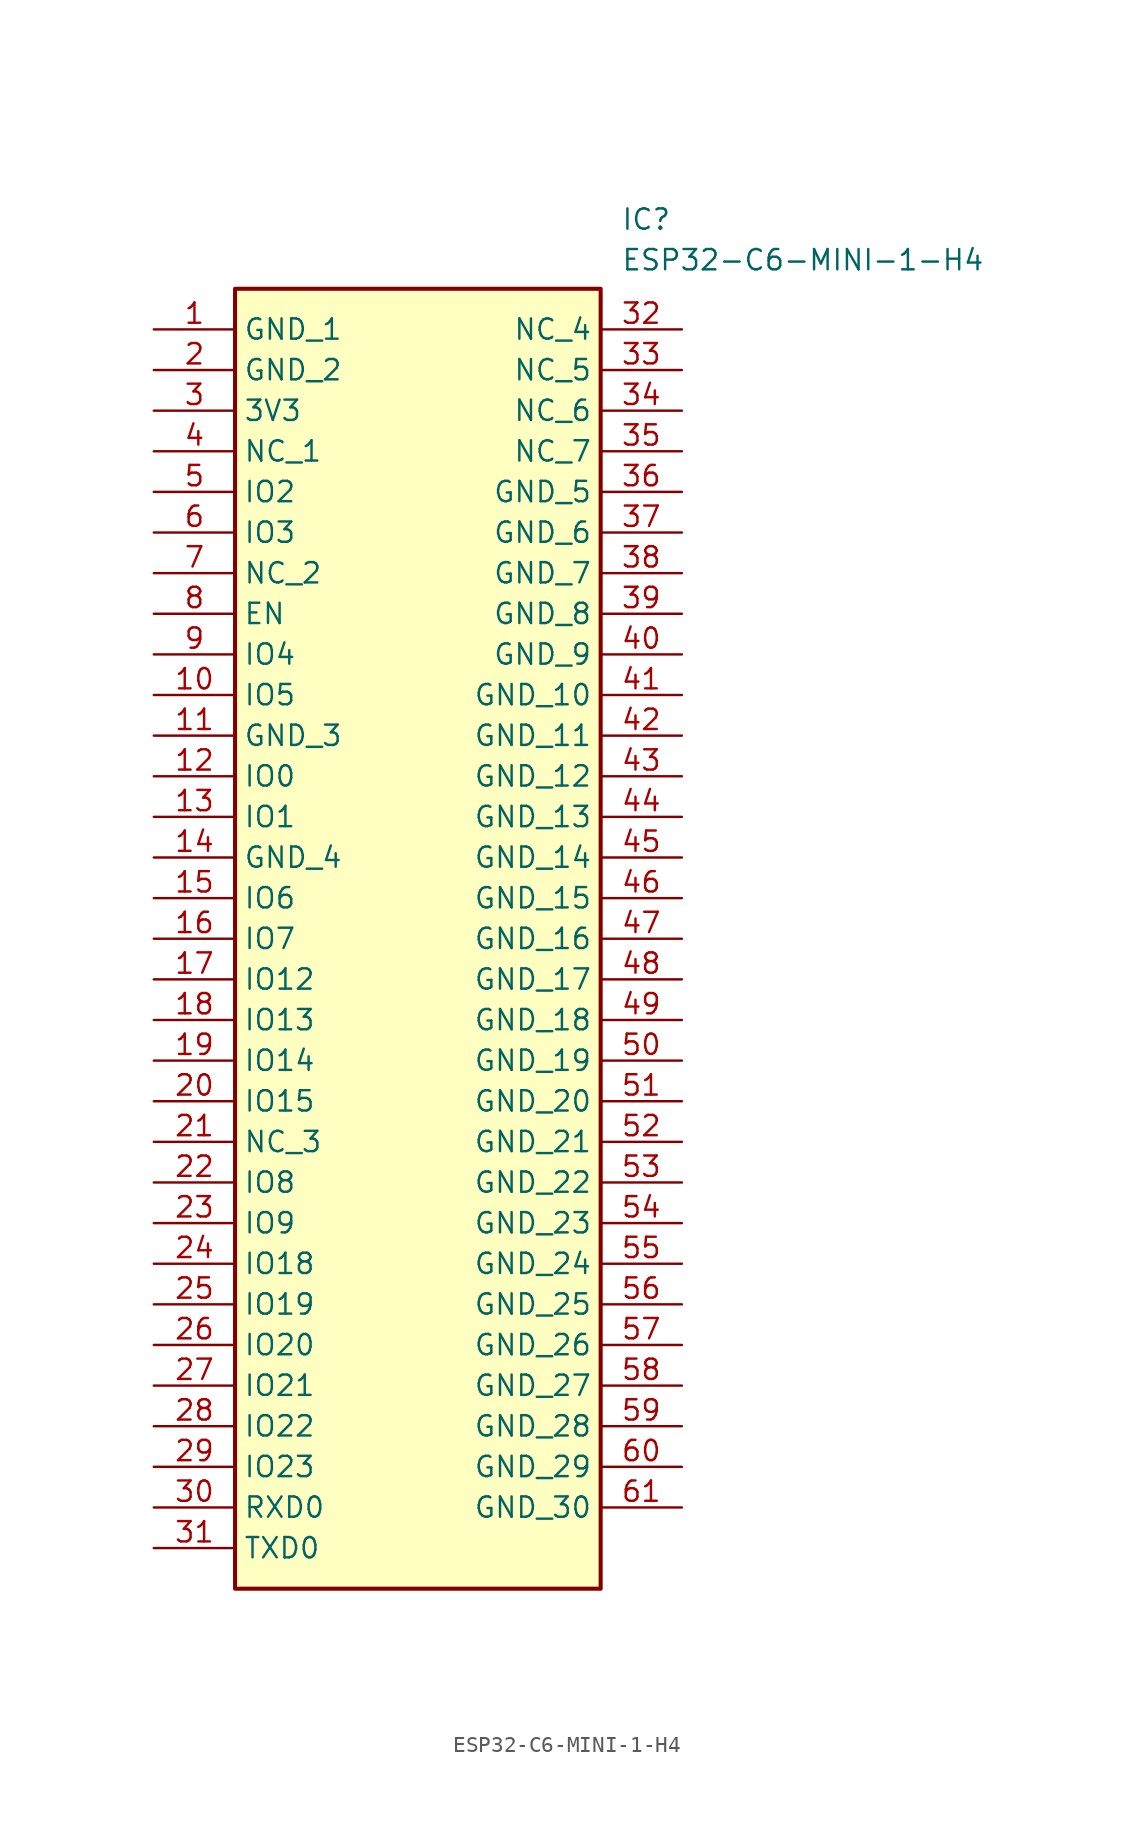
<source format=kicad_sym>
(kicad_symbol_lib
  (version 20211014)
  (generator SamacSys_ECAD_Model)
  (symbol "ESP32-C6-MINI-1-H4"
    (property "Reference" "IC"
      (at 29.21 7.62 0)
      (effects (font (size 1.27 1.27)) (justify left top)))
    (property "Value" "ESP32-C6-MINI-1-H4"
      (at 29.21 5.08 0)
      (effects (font (size 1.27 1.27)) (justify left top)))
    (rectangle
      (start 5.08 2.54)
      (end 27.94 -78.74)
      (stroke (width 0.254) (type default))
      (fill (type background)))
    (pin passive line
      (at 0 0 0)
      (length 5.08)
      (name "GND_1" (effects (font (size 1.27 1.27))))
      (number "1" (effects (font (size 1.27 1.27)))))
    (pin passive line
      (at 0 -2.54 0)
      (length 5.08)
      (name "GND_2" (effects (font (size 1.27 1.27))))
      (number "2" (effects (font (size 1.27 1.27)))))
    (pin passive line
      (at 0 -5.08 0)
      (length 5.08)
      (name "3V3" (effects (font (size 1.27 1.27))))
      (number "3" (effects (font (size 1.27 1.27)))))
    (pin passive line
      (at 0 -7.62 0)
      (length 5.08)
      (name "NC_1" (effects (font (size 1.27 1.27))))
      (number "4" (effects (font (size 1.27 1.27)))))
    (pin passive line
      (at 0 -10.16 0)
      (length 5.08)
      (name "IO2" (effects (font (size 1.27 1.27))))
      (number "5" (effects (font (size 1.27 1.27)))))
    (pin passive line
      (at 0 -12.7 0)
      (length 5.08)
      (name "IO3" (effects (font (size 1.27 1.27))))
      (number "6" (effects (font (size 1.27 1.27)))))
    (pin passive line
      (at 0 -15.24 0)
      (length 5.08)
      (name "NC_2" (effects (font (size 1.27 1.27))))
      (number "7" (effects (font (size 1.27 1.27)))))
    (pin passive line
      (at 0 -17.78 0)
      (length 5.08)
      (name "EN" (effects (font (size 1.27 1.27))))
      (number "8" (effects (font (size 1.27 1.27)))))
    (pin passive line
      (at 0 -20.32 0)
      (length 5.08)
      (name "IO4" (effects (font (size 1.27 1.27))))
      (number "9" (effects (font (size 1.27 1.27)))))
    (pin passive line
      (at 0 -22.86 0)
      (length 5.08)
      (name "IO5" (effects (font (size 1.27 1.27))))
      (number "10" (effects (font (size 1.27 1.27)))))
    (pin passive line
      (at 0 -25.4 0)
      (length 5.08)
      (name "GND_3" (effects (font (size 1.27 1.27))))
      (number "11" (effects (font (size 1.27 1.27)))))
    (pin passive line
      (at 0 -27.94 0)
      (length 5.08)
      (name "IO0" (effects (font (size 1.27 1.27))))
      (number "12" (effects (font (size 1.27 1.27)))))
    (pin passive line
      (at 0 -30.48 0)
      (length 5.08)
      (name "IO1" (effects (font (size 1.27 1.27))))
      (number "13" (effects (font (size 1.27 1.27)))))
    (pin passive line
      (at 0 -33.02 0)
      (length 5.08)
      (name "GND_4" (effects (font (size 1.27 1.27))))
      (number "14" (effects (font (size 1.27 1.27)))))
    (pin passive line
      (at 0 -35.56 0)
      (length 5.08)
      (name "IO6" (effects (font (size 1.27 1.27))))
      (number "15" (effects (font (size 1.27 1.27)))))
    (pin passive line
      (at 0 -38.1 0)
      (length 5.08)
      (name "IO7" (effects (font (size 1.27 1.27))))
      (number "16" (effects (font (size 1.27 1.27)))))
    (pin passive line
      (at 0 -40.64 0)
      (length 5.08)
      (name "IO12" (effects (font (size 1.27 1.27))))
      (number "17" (effects (font (size 1.27 1.27)))))
    (pin passive line
      (at 0 -43.18 0)
      (length 5.08)
      (name "IO13" (effects (font (size 1.27 1.27))))
      (number "18" (effects (font (size 1.27 1.27)))))
    (pin passive line
      (at 0 -45.72 0)
      (length 5.08)
      (name "IO14" (effects (font (size 1.27 1.27))))
      (number "19" (effects (font (size 1.27 1.27)))))
    (pin passive line
      (at 0 -48.26 0)
      (length 5.08)
      (name "IO15" (effects (font (size 1.27 1.27))))
      (number "20" (effects (font (size 1.27 1.27)))))
    (pin passive line
      (at 0 -50.8 0)
      (length 5.08)
      (name "NC_3" (effects (font (size 1.27 1.27))))
      (number "21" (effects (font (size 1.27 1.27)))))
    (pin passive line
      (at 0 -53.34 0)
      (length 5.08)
      (name "IO8" (effects (font (size 1.27 1.27))))
      (number "22" (effects (font (size 1.27 1.27)))))
    (pin passive line
      (at 0 -55.88 0)
      (length 5.08)
      (name "IO9" (effects (font (size 1.27 1.27))))
      (number "23" (effects (font (size 1.27 1.27)))))
    (pin passive line
      (at 0 -58.42 0)
      (length 5.08)
      (name "IO18" (effects (font (size 1.27 1.27))))
      (number "24" (effects (font (size 1.27 1.27)))))
    (pin passive line
      (at 0 -60.96 0)
      (length 5.08)
      (name "IO19" (effects (font (size 1.27 1.27))))
      (number "25" (effects (font (size 1.27 1.27)))))
    (pin passive line
      (at 0 -63.5 0)
      (length 5.08)
      (name "IO20" (effects (font (size 1.27 1.27))))
      (number "26" (effects (font (size 1.27 1.27)))))
    (pin passive line
      (at 0 -66.04 0)
      (length 5.08)
      (name "IO21" (effects (font (size 1.27 1.27))))
      (number "27" (effects (font (size 1.27 1.27)))))
    (pin passive line
      (at 0 -68.58 0)
      (length 5.08)
      (name "IO22" (effects (font (size 1.27 1.27))))
      (number "28" (effects (font (size 1.27 1.27)))))
    (pin passive line
      (at 0 -71.12 0)
      (length 5.08)
      (name "IO23" (effects (font (size 1.27 1.27))))
      (number "29" (effects (font (size 1.27 1.27)))))
    (pin passive line
      (at 0 -73.66 0)
      (length 5.08)
      (name "RXD0" (effects (font (size 1.27 1.27))))
      (number "30" (effects (font (size 1.27 1.27)))))
    (pin passive line
      (at 0 -76.2 0)
      (length 5.08)
      (name "TXD0" (effects (font (size 1.27 1.27))))
      (number "31" (effects (font (size 1.27 1.27)))))
    (pin passive line
      (at 33.02 0 180)
      (length 5.08)
      (name "NC_4" (effects (font (size 1.27 1.27))))
      (number "32" (effects (font (size 1.27 1.27)))))
    (pin passive line
      (at 33.02 -2.54 180)
      (length 5.08)
      (name "NC_5" (effects (font (size 1.27 1.27))))
      (number "33" (effects (font (size 1.27 1.27)))))
    (pin passive line
      (at 33.02 -5.08 180)
      (length 5.08)
      (name "NC_6" (effects (font (size 1.27 1.27))))
      (number "34" (effects (font (size 1.27 1.27)))))
    (pin passive line
      (at 33.02 -7.62 180)
      (length 5.08)
      (name "NC_7" (effects (font (size 1.27 1.27))))
      (number "35" (effects (font (size 1.27 1.27)))))
    (pin passive line
      (at 33.02 -10.16 180)
      (length 5.08)
      (name "GND_5" (effects (font (size 1.27 1.27))))
      (number "36" (effects (font (size 1.27 1.27)))))
    (pin passive line
      (at 33.02 -12.7 180)
      (length 5.08)
      (name "GND_6" (effects (font (size 1.27 1.27))))
      (number "37" (effects (font (size 1.27 1.27)))))
    (pin passive line
      (at 33.02 -15.24 180)
      (length 5.08)
      (name "GND_7" (effects (font (size 1.27 1.27))))
      (number "38" (effects (font (size 1.27 1.27)))))
    (pin passive line
      (at 33.02 -17.78 180)
      (length 5.08)
      (name "GND_8" (effects (font (size 1.27 1.27))))
      (number "39" (effects (font (size 1.27 1.27)))))
    (pin passive line
      (at 33.02 -20.32 180)
      (length 5.08)
      (name "GND_9" (effects (font (size 1.27 1.27))))
      (number "40" (effects (font (size 1.27 1.27)))))
    (pin passive line
      (at 33.02 -22.86 180)
      (length 5.08)
      (name "GND_10" (effects (font (size 1.27 1.27))))
      (number "41" (effects (font (size 1.27 1.27)))))
    (pin passive line
      (at 33.02 -25.4 180)
      (length 5.08)
      (name "GND_11" (effects (font (size 1.27 1.27))))
      (number "42" (effects (font (size 1.27 1.27)))))
    (pin passive line
      (at 33.02 -27.94 180)
      (length 5.08)
      (name "GND_12" (effects (font (size 1.27 1.27))))
      (number "43" (effects (font (size 1.27 1.27)))))
    (pin passive line
      (at 33.02 -30.48 180)
      (length 5.08)
      (name "GND_13" (effects (font (size 1.27 1.27))))
      (number "44" (effects (font (size 1.27 1.27)))))
    (pin passive line
      (at 33.02 -33.02 180)
      (length 5.08)
      (name "GND_14" (effects (font (size 1.27 1.27))))
      (number "45" (effects (font (size 1.27 1.27)))))
    (pin passive line
      (at 33.02 -35.56 180)
      (length 5.08)
      (name "GND_15" (effects (font (size 1.27 1.27))))
      (number "46" (effects (font (size 1.27 1.27)))))
    (pin passive line
      (at 33.02 -38.1 180)
      (length 5.08)
      (name "GND_16" (effects (font (size 1.27 1.27))))
      (number "47" (effects (font (size 1.27 1.27)))))
    (pin passive line
      (at 33.02 -40.64 180)
      (length 5.08)
      (name "GND_17" (effects (font (size 1.27 1.27))))
      (number "48" (effects (font (size 1.27 1.27)))))
    (pin passive line
      (at 33.02 -43.18 180)
      (length 5.08)
      (name "GND_18" (effects (font (size 1.27 1.27))))
      (number "49" (effects (font (size 1.27 1.27)))))
    (pin passive line
      (at 33.02 -45.72 180)
      (length 5.08)
      (name "GND_19" (effects (font (size 1.27 1.27))))
      (number "50" (effects (font (size 1.27 1.27)))))
    (pin passive line
      (at 33.02 -48.26 180)
      (length 5.08)
      (name "GND_20" (effects (font (size 1.27 1.27))))
      (number "51" (effects (font (size 1.27 1.27)))))
    (pin passive line
      (at 33.02 -50.8 180)
      (length 5.08)
      (name "GND_21" (effects (font (size 1.27 1.27))))
      (number "52" (effects (font (size 1.27 1.27)))))
    (pin passive line
      (at 33.02 -53.34 180)
      (length 5.08)
      (name "GND_22" (effects (font (size 1.27 1.27))))
      (number "53" (effects (font (size 1.27 1.27)))))
    (pin passive line
      (at 33.02 -55.88 180)
      (length 5.08)
      (name "GND_23" (effects (font (size 1.27 1.27))))
      (number "54" (effects (font (size 1.27 1.27)))))
    (pin passive line
      (at 33.02 -58.42 180)
      (length 5.08)
      (name "GND_24" (effects (font (size 1.27 1.27))))
      (number "55" (effects (font (size 1.27 1.27)))))
    (pin passive line
      (at 33.02 -60.96 180)
      (length 5.08)
      (name "GND_25" (effects (font (size 1.27 1.27))))
      (number "56" (effects (font (size 1.27 1.27)))))
    (pin passive line
      (at 33.02 -63.5 180)
      (length 5.08)
      (name "GND_26" (effects (font (size 1.27 1.27))))
      (number "57" (effects (font (size 1.27 1.27)))))
    (pin passive line
      (at 33.02 -66.04 180)
      (length 5.08)
      (name "GND_27" (effects (font (size 1.27 1.27))))
      (number "58" (effects (font (size 1.27 1.27)))))
    (pin passive line
      (at 33.02 -68.58 180)
      (length 5.08)
      (name "GND_28" (effects (font (size 1.27 1.27))))
      (number "59" (effects (font (size 1.27 1.27)))))
    (pin passive line
      (at 33.02 -71.12 180)
      (length 5.08)
      (name "GND_29" (effects (font (size 1.27 1.27))))
      (number "60" (effects (font (size 1.27 1.27)))))
    (pin passive line
      (at 33.02 -73.66 180)
      (length 5.08)
      (name "GND_30" (effects (font (size 1.27 1.27))))
      (number "61" (effects (font (size 1.27 1.27)))))))
</source>
